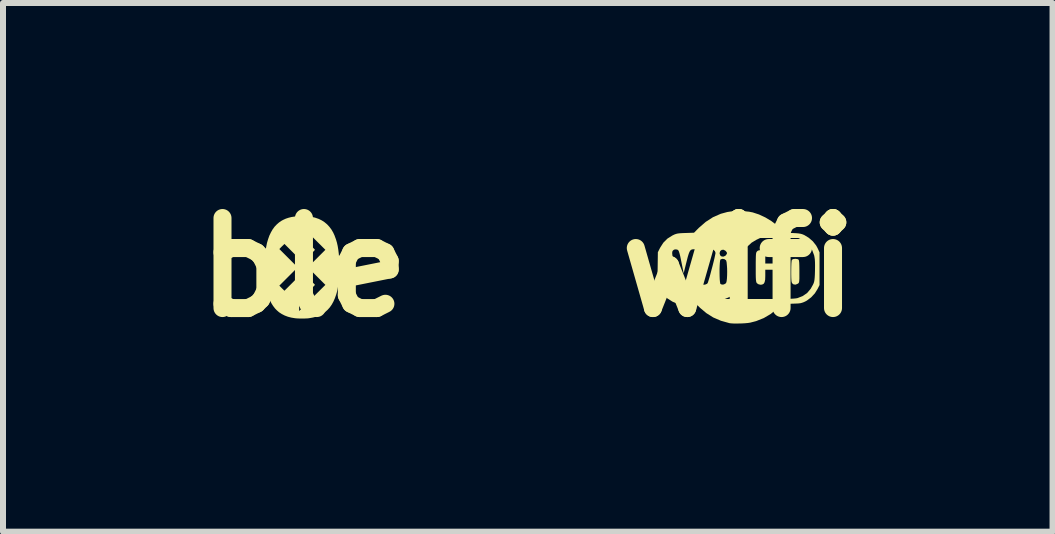
<source format=kicad_pcb>
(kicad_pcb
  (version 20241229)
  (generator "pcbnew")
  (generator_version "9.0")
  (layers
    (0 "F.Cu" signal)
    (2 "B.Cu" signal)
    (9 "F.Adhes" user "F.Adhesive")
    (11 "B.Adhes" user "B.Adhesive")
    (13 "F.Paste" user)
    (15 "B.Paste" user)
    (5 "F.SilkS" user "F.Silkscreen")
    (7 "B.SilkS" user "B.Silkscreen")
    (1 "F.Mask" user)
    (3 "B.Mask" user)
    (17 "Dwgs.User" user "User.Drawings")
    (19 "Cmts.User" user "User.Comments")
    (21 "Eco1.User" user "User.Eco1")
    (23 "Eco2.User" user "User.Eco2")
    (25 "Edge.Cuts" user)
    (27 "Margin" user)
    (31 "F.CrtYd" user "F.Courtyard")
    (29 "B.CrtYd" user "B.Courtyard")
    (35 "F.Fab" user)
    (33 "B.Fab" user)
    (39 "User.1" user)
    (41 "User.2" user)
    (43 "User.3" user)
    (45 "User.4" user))
  (footprint "wifi"
    (layer "F.Cu")
    (at 9.257 1.404)
    (property "Reference" "wifi" (at 0 0 0) (layer "F.SilkS") (effects (font (size 1.5 1.5) (thickness 0.3))))
    (attr board_only exclude_from_pos_files exclude_from_bom)
    (fp_poly (pts (xy 0.957 -0.298) (xy 0.975 -0.289) (xy 1 -0.265) (xy 1.01 -0.235) (xy 1.002 -0.207) (xy 1 -0.204) (xy 0.98 -0.193) (xy 0.949 -0.188) (xy 0.943 -0.188) (xy 0.912 -0.192) (xy 0.889 -0.202) (xy 0.887 -0.204) (xy 0.876 -0.232) (xy 0.884 -0.262) (xy 0.909 -0.287) (xy 0.912 -0.289) (xy 0.937 -0.3)) (stroke (width 0) (type solid)) (fill yes) (layer "F.SilkS"))
    (fp_poly (pts (xy 0.977 -0.138) (xy 0.998 -0.128) (xy 1.004 -0.113) (xy 1.008 -0.079) (xy 1.01 -0.026) (xy 1.011 0.048) (xy 1.011 0.07) (xy 1.011 0.139) (xy 1.011 0.188) (xy 1.009 0.222) (xy 1.006 0.244) (xy 1.001 0.258) (xy 0.993 0.267) (xy 0.986 0.272) (xy 0.949 0.288) (xy 0.914 0.284) (xy 0.894 0.269) (xy 0.887 0.258) (xy 0.881 0.24) (xy 0.878 0.213) (xy 0.876 0.173) (xy 0.875 0.115) (xy 0.875 0.067) (xy 0.876 -0.012) (xy 0.878 -0.07) (xy 0.882 -0.108) (xy 0.887 -0.127) (xy 0.889 -0.128) (xy 0.911 -0.138) (xy 0.944 -0.142)) (stroke (width 0) (type solid)) (fill yes) (layer "F.SilkS"))
    (fp_poly (pts (xy 0.615 -0.29) (xy 0.672 -0.289) (xy 0.712 -0.287) (xy 0.739 -0.283) (xy 0.756 -0.279) (xy 0.766 -0.272) (xy 0.766 -0.272) (xy 0.782 -0.253) (xy 0.78 -0.235) (xy 0.768 -0.215) (xy 0.759 -0.206) (xy 0.746 -0.2) (xy 0.723 -0.195) (xy 0.688 -0.193) (xy 0.637 -0.191) (xy 0.598 -0.189) (xy 0.443 -0.186) (xy 0.443 -0.124) (xy 0.443 -0.063) (xy 0.568 -0.063) (xy 0.625 -0.062) (xy 0.663 -0.06) (xy 0.688 -0.056) (xy 0.704 -0.049) (xy 0.716 -0.04) (xy 0.731 -0.014) (xy 0.725 0.01) (xy 0.697 0.029) (xy 0.697 0.029) (xy 0.674 0.034) (xy 0.634 0.037) (xy 0.585 0.039) (xy 0.556 0.04) (xy 0.443 0.04) (xy 0.443 0.142) (xy 0.441 0.204) (xy 0.432 0.247) (xy 0.416 0.274) (xy 0.39 0.287) (xy 0.364 0.29) (xy 0.33 0.282) (xy 0.307 0.267) (xy 0.299 0.258) (xy 0.294 0.247) (xy 0.29 0.23) (xy 0.287 0.204) (xy 0.285 0.166) (xy 0.284 0.113) (xy 0.284 0.042) (xy 0.284 0) (xy 0.284 -0.081) (xy 0.285 -0.142) (xy 0.286 -0.187) (xy 0.288 -0.218) (xy 0.291 -0.239) (xy 0.296 -0.253) (xy 0.303 -0.263) (xy 0.307 -0.267) (xy 0.316 -0.275) (xy 0.329 -0.281) (xy 0.347 -0.285) (xy 0.376 -0.288) (xy 0.417 -0.289) (xy 0.475 -0.29) (xy 0.539 -0.29)) (stroke (width 0) (type solid)) (fill yes) (layer "F.SilkS"))
    (fp_poly (pts (xy 0.082 -0.936) (xy 0.173 -0.927) (xy 0.234 -0.915) (xy 0.338 -0.881) (xy 0.443 -0.832) (xy 0.543 -0.772) (xy 0.631 -0.705) (xy 0.703 -0.634) (xy 0.704 -0.632) (xy 0.751 -0.577) (xy 0.89 -0.572) (xy 0.952 -0.569) (xy 0.998 -0.565) (xy 1.033 -0.559) (xy 1.064 -0.55) (xy 1.094 -0.537) (xy 1.168 -0.492) (xy 1.236 -0.433) (xy 1.291 -0.363) (xy 1.314 -0.321) (xy 1.347 -0.25) (xy 1.347 0.023) (xy 1.347 0.295) (xy 1.315 0.359) (xy 1.269 0.433) (xy 1.207 0.5) (xy 1.137 0.553) (xy 1.108 0.569) (xy 1.079 0.582) (xy 1.053 0.591) (xy 1.025 0.598) (xy 0.989 0.602) (xy 0.94 0.604) (xy 0.881 0.606) (xy 0.722 0.61) (xy 0.642 0.687) (xy 0.535 0.776) (xy 0.418 0.845) (xy 0.29 0.896) (xy 0.193 0.921) (xy 0.154 0.927) (xy 0.1 0.932) (xy 0.039 0.935) (xy -0.024 0.936) (xy -0.082 0.936) (xy -0.129 0.933) (xy -0.153 0.93) (xy -0.296 0.89) (xy -0.424 0.835) (xy -0.54 0.762) (xy -0.642 0.676) (xy -0.71 0.61) (xy -0.875 0.606) (xy -0.941 0.604) (xy -0.989 0.602) (xy -1.024 0.598) (xy -1.052 0.592) (xy -1.077 0.583) (xy -1.104 0.571) (xy -1.104 0.571) (xy -1.171 0.528) (xy -0.233 0.528) (xy 0.341 0.528) (xy 0.476 0.528) (xy 0.59 0.528) (xy 0.685 0.527) (xy 0.763 0.526) (xy 0.826 0.525) (xy 0.876 0.523) (xy 0.915 0.521) (xy 0.945 0.518) (xy 0.967 0.515) (xy 0.981 0.512) (xy 1.067 0.478) (xy 1.14 0.428) (xy 1.199 0.358) (xy 1.237 0.29) (xy 1.249 0.264) (xy 1.257 0.239) (xy 1.262 0.211) (xy 1.266 0.174) (xy 1.269 0.124) (xy 1.271 0.057) (xy 1.271 0.05) (xy 1.272 -0.028) (xy 1.271 -0.088) (xy 1.268 -0.136) (xy 1.262 -0.175) (xy 1.257 -0.2) (xy 1.223 -0.29) (xy 1.171 -0.366) (xy 1.102 -0.428) (xy 1.053 -0.458) (xy 0.994 -0.489) (xy 0.676 -0.489) (xy 0.358 -0.489) (xy 0.293 -0.458) (xy 0.215 -0.411) (xy 0.149 -0.35) (xy 0.099 -0.279) (xy 0.094 -0.269) (xy 0.083 -0.246) (xy 0.075 -0.226) (xy 0.07 -0.204) (xy 0.065 -0.176) (xy 0.062 -0.139) (xy 0.06 -0.088) (xy 0.058 -0.022) (xy 0.056 0.034) (xy 0.054 0.114) (xy 0.052 0.175) (xy 0.049 0.22) (xy 0.046 0.254) (xy 0.041 0.278) (xy 0.035 0.299) (xy 0.026 0.318) (xy 0.02 0.33) (xy -0.031 0.404) (xy -0.098 0.464) (xy -0.166 0.5) (xy -0.233 0.528) (xy -1.171 0.528) (xy -1.189 0.517) (xy -1.258 0.447) (xy -1.311 0.362) (xy -1.334 0.304) (xy -1.341 0.281) (xy -1.346 0.255) (xy -1.349 0.223) (xy -1.351 0.18) (xy -1.352 0.124) (xy -1.351 0.051) (xy -1.35 -0.003) (xy -1.347 -0.231) (xy -1.108 -0.231) (xy -1.104 -0.197) (xy -1.094 -0.15) (xy -1.079 -0.086) (xy -1.059 -0.004) (xy -1.059 -0.001) (xy -1.04 0.071) (xy -1.022 0.137) (xy -1.006 0.193) (xy -0.993 0.236) (xy -0.984 0.261) (xy -0.981 0.266) (xy -0.957 0.284) (xy -0.922 0.29) (xy -0.887 0.284) (xy -0.872 0.276) (xy -0.86 0.259) (xy -0.846 0.225) (xy -0.829 0.172) (xy -0.808 0.1) (xy -0.785 0.007) (xy -0.784 0.006) (xy -0.773 -0.04) (xy -0.763 -0.079) (xy -0.756 -0.103) (xy -0.755 -0.108) (xy -0.75 -0.103) (xy -0.741 -0.079) (xy -0.729 -0.04) (xy -0.714 0.012) (xy -0.699 0.068) (xy -0.677 0.152) (xy -0.658 0.215) (xy -0.642 0.255) (xy -0.63 0.275) (xy -0.63 0.275) (xy -0.596 0.289) (xy -0.56 0.288) (xy -0.529 0.275) (xy -0.518 0.264) (xy -0.511 0.247) (xy -0.5 0.211) (xy -0.485 0.162) (xy -0.469 0.103) (xy -0.465 0.087) (xy -0.319 0.087) (xy -0.318 0.146) (xy -0.316 0.199) (xy -0.312 0.242) (xy -0.307 0.27) (xy -0.304 0.277) (xy -0.278 0.288) (xy -0.247 0.285) (xy -0.219 0.27) (xy -0.208 0.256) (xy -0.201 0.23) (xy -0.196 0.188) (xy -0.193 0.134) (xy -0.192 0.075) (xy -0.193 0.016) (xy -0.197 -0.039) (xy -0.201 -0.083) (xy -0.208 -0.112) (xy -0.211 -0.117) (xy -0.236 -0.136) (xy -0.268 -0.142) (xy -0.298 -0.134) (xy -0.305 -0.128) (xy -0.31 -0.112) (xy -0.314 -0.077) (xy -0.317 -0.029) (xy -0.319 0.027) (xy -0.319 0.087) (xy -0.465 0.087) (xy -0.452 0.038) (xy -0.434 -0.029) (xy -0.418 -0.093) (xy -0.404 -0.151) (xy -0.394 -0.197) (xy -0.388 -0.229) (xy -0.387 -0.232) (xy -0.318 -0.232) (xy -0.309 -0.2) (xy -0.287 -0.182) (xy -0.257 -0.178) (xy -0.225 -0.191) (xy -0.216 -0.199) (xy -0.196 -0.226) (xy -0.198 -0.25) (xy -0.219 -0.275) (xy -0.251 -0.293) (xy -0.282 -0.291) (xy -0.307 -0.272) (xy -0.318 -0.239) (xy -0.318 -0.232) (xy -0.387 -0.232) (xy -0.386 -0.24) (xy -0.396 -0.269) (xy -0.42 -0.292) (xy -0.449 -0.301) (xy -0.469 -0.298) (xy -0.485 -0.287) (xy -0.499 -0.265) (xy -0.513 -0.229) (xy -0.527 -0.177) (xy -0.542 -0.106) (xy -0.548 -0.079) (xy -0.584 0.101) (xy -0.631 -0.085) (xy -0.651 -0.16) (xy -0.667 -0.215) (xy -0.682 -0.254) (xy -0.696 -0.279) (xy -0.712 -0.294) (xy -0.73 -0.3) (xy -0.747 -0.301) (xy -0.771 -0.3) (xy -0.789 -0.294) (xy -0.805 -0.282) (xy -0.819 -0.26) (xy -0.833 -0.225) (xy -0.848 -0.176) (xy -0.865 -0.109) (xy -0.881 -0.046) (xy -0.917 0.1) (xy -0.947 -0.052) (xy -0.963 -0.131) (xy -0.975 -0.19) (xy -0.986 -0.232) (xy -0.995 -0.261) (xy -1.003 -0.279) (xy -1.013 -0.29) (xy -1.024 -0.295) (xy -1.031 -0.297) (xy -1.059 -0.299) (xy -1.078 -0.294) (xy -1.092 -0.283) (xy -1.102 -0.272) (xy -1.107 -0.255) (xy -1.108 -0.231) (xy -1.347 -0.231) (xy -1.347 -0.251) (xy -1.31 -0.325) (xy -1.256 -0.41) (xy -1.187 -0.479) (xy -1.104 -0.531) (xy -1.071 -0.547) (xy -1.043 -0.557) (xy -1.013 -0.564) (xy -0.976 -0.568) (xy -0.925 -0.571) (xy -0.888 -0.572) (xy -0.744 -0.577) (xy -0.664 -0.658) (xy -0.55 -0.757) (xy -0.429 -0.835) (xy -0.299 -0.892) (xy -0.189 -0.922) (xy -0.108 -0.934) (xy -0.015 -0.939)) (stroke (width 0) (type solid)) (fill yes) (layer "F.SilkS")))
  (footprint "ble"
    (layer "F.Cu")
    (at 2.014 1.404)
    (property "Reference" "ble" (at 0 0 0) (layer "F.SilkS") (effects (font (size 1.5 1.5) (thickness 0.3))))
    (attr board_only exclude_from_pos_files exclude_from_bom)
    (fp_poly (pts (xy 0.046 -0.431) (xy 0.053 -0.425) (xy 0.063 -0.415) (xy 0.075 -0.403) (xy 0.09 -0.388) (xy 0.105 -0.373) (xy 0.121 -0.357) (xy 0.137 -0.341) (xy 0.151 -0.327) (xy 0.164 -0.314) (xy 0.174 -0.303) (xy 0.18 -0.296) (xy 0.183 -0.292) (xy 0.183 -0.292) (xy 0.181 -0.289) (xy 0.175 -0.282) (xy 0.165 -0.271) (xy 0.153 -0.259) (xy 0.139 -0.244) (xy 0.123 -0.228) (xy 0.107 -0.213) (xy 0.092 -0.197) (xy 0.077 -0.183) (xy 0.064 -0.17) (xy 0.054 -0.16) (xy 0.046 -0.153) (xy 0.043 -0.15) (xy 0.042 -0.15) (xy 0.042 -0.153) (xy 0.041 -0.162) (xy 0.041 -0.177) (xy 0.041 -0.196) (xy 0.04 -0.219) (xy 0.04 -0.245) (xy 0.04 -0.274) (xy 0.04 -0.292) (xy 0.04 -0.322) (xy 0.04 -0.35) (xy 0.04 -0.375) (xy 0.041 -0.396) (xy 0.041 -0.413) (xy 0.042 -0.426) (xy 0.042 -0.432) (xy 0.042 -0.433)) (stroke (width 0) (type solid)) (fill yes) (layer "F.SilkS"))
    (fp_poly (pts (xy 0.046 0.152) (xy 0.053 0.159) (xy 0.063 0.168) (xy 0.075 0.181) (xy 0.09 0.195) (xy 0.105 0.21) (xy 0.121 0.226) (xy 0.137 0.242) (xy 0.151 0.257) (xy 0.164 0.27) (xy 0.174 0.28) (xy 0.18 0.288) (xy 0.183 0.292) (xy 0.183 0.292) (xy 0.181 0.295) (xy 0.175 0.302) (xy 0.165 0.312) (xy 0.153 0.325) (xy 0.139 0.339) (xy 0.123 0.355) (xy 0.107 0.371) (xy 0.092 0.386) (xy 0.077 0.401) (xy 0.064 0.414) (xy 0.054 0.424) (xy 0.046 0.43) (xy 0.043 0.433) (xy 0.042 0.433) (xy 0.042 0.43) (xy 0.041 0.421) (xy 0.041 0.406) (xy 0.041 0.387) (xy 0.04 0.364) (xy 0.04 0.338) (xy 0.04 0.309) (xy 0.04 0.292) (xy 0.04 0.262) (xy 0.04 0.234) (xy 0.04 0.209) (xy 0.041 0.187) (xy 0.041 0.17) (xy 0.042 0.158) (xy 0.042 0.151) (xy 0.042 0.15)) (stroke (width 0) (type solid)) (fill yes) (layer "F.SilkS"))
    (fp_poly (pts (xy 0.016 -0.853) (xy 0.061 -0.85) (xy 0.103 -0.845) (xy 0.142 -0.838) (xy 0.181 -0.829) (xy 0.194 -0.825) (xy 0.248 -0.806) (xy 0.297 -0.782) (xy 0.343 -0.752) (xy 0.385 -0.717) (xy 0.423 -0.676) (xy 0.457 -0.631) (xy 0.487 -0.58) (xy 0.513 -0.523) (xy 0.514 -0.518) (xy 0.533 -0.467) (xy 0.549 -0.413) (xy 0.562 -0.356) (xy 0.572 -0.295) (xy 0.58 -0.23) (xy 0.586 -0.16) (xy 0.59 -0.084) (xy 0.591 -0.003) (xy 0.591 0) (xy 0.59 0.074) (xy 0.587 0.142) (xy 0.583 0.206) (xy 0.577 0.265) (xy 0.568 0.32) (xy 0.558 0.373) (xy 0.546 0.423) (xy 0.538 0.45) (xy 0.516 0.513) (xy 0.491 0.57) (xy 0.463 0.621) (xy 0.43 0.668) (xy 0.394 0.708) (xy 0.354 0.744) (xy 0.309 0.775) (xy 0.261 0.8) (xy 0.208 0.821) (xy 0.15 0.836) (xy 0.088 0.847) (xy 0.066 0.85) (xy 0.048 0.851) (xy 0.024 0.852) (xy -0.002 0.853) (xy -0.031 0.853) (xy -0.061 0.853) (xy -0.089 0.852) (xy -0.115 0.851) (xy -0.136 0.849) (xy -0.147 0.848) (xy -0.209 0.838) (xy -0.267 0.823) (xy -0.32 0.803) (xy -0.369 0.778) (xy -0.414 0.749) (xy -0.454 0.714) (xy -0.482 0.685) (xy -0.514 0.643) (xy -0.543 0.597) (xy -0.568 0.546) (xy -0.59 0.491) (xy -0.609 0.431) (xy -0.625 0.366) (xy -0.637 0.296) (xy -0.647 0.221) (xy -0.653 0.14) (xy -0.656 0.054) (xy -0.657 0) (xy -0.655 -0.092) (xy -0.65 -0.179) (xy -0.642 -0.26) (xy -0.635 -0.305) (xy -0.41 -0.305) (xy -0.258 -0.153) (xy -0.105 0) (xy -0.258 0.153) (xy -0.41 0.305) (xy -0.368 0.348) (xy -0.325 0.39) (xy -0.205 0.27) (xy -0.182 0.247) (xy -0.16 0.225) (xy -0.14 0.205) (xy -0.122 0.188) (xy -0.107 0.173) (xy -0.095 0.161) (xy -0.087 0.154) (xy -0.083 0.15) (xy -0.083 0.15) (xy -0.082 0.153) (xy -0.082 0.163) (xy -0.081 0.178) (xy -0.081 0.198) (xy -0.081 0.223) (xy -0.081 0.253) (xy -0.08 0.286) (xy -0.08 0.322) (xy -0.08 0.362) (xy -0.08 0.404) (xy -0.08 0.439) (xy -0.08 0.728) (xy 0.138 0.51) (xy 0.357 0.292) (xy 0.211 0.146) (xy 0.065 0) (xy 0.211 -0.146) (xy 0.357 -0.292) (xy 0.138 -0.51) (xy -0.08 -0.728) (xy -0.08 -0.439) (xy -0.08 -0.396) (xy -0.08 -0.355) (xy -0.08 -0.316) (xy -0.08 -0.28) (xy -0.081 -0.247) (xy -0.081 -0.219) (xy -0.081 -0.194) (xy -0.082 -0.175) (xy -0.082 -0.161) (xy -0.082 -0.152) (xy -0.083 -0.15) (xy -0.085 -0.152) (xy -0.092 -0.159) (xy -0.103 -0.169) (xy -0.117 -0.183) (xy -0.134 -0.2) (xy -0.154 -0.219) (xy -0.175 -0.24) (xy -0.198 -0.263) (xy -0.205 -0.27) (xy -0.325 -0.39) (xy -0.368 -0.348) (xy -0.41 -0.305) (xy -0.635 -0.305) (xy -0.63 -0.336) (xy -0.616 -0.406) (xy -0.597 -0.47) (xy -0.576 -0.529) (xy -0.55 -0.583) (xy -0.522 -0.632) (xy -0.49 -0.676) (xy -0.454 -0.714) (xy -0.415 -0.748) (xy -0.372 -0.777) (xy -0.344 -0.792) (xy -0.302 -0.811) (xy -0.257 -0.826) (xy -0.209 -0.838) (xy -0.158 -0.846) (xy -0.103 -0.851) (xy -0.042 -0.853) (xy -0.034 -0.853)) (stroke (width 0) (type solid)) (fill yes) (layer "F.SilkS")))
  (gr_rect
    (start -3 -3)
    (end 14.486 5.808)
    (stroke (width 0.1) (type default))
    (fill no)
    (layer "Edge.Cuts")))
</source>
